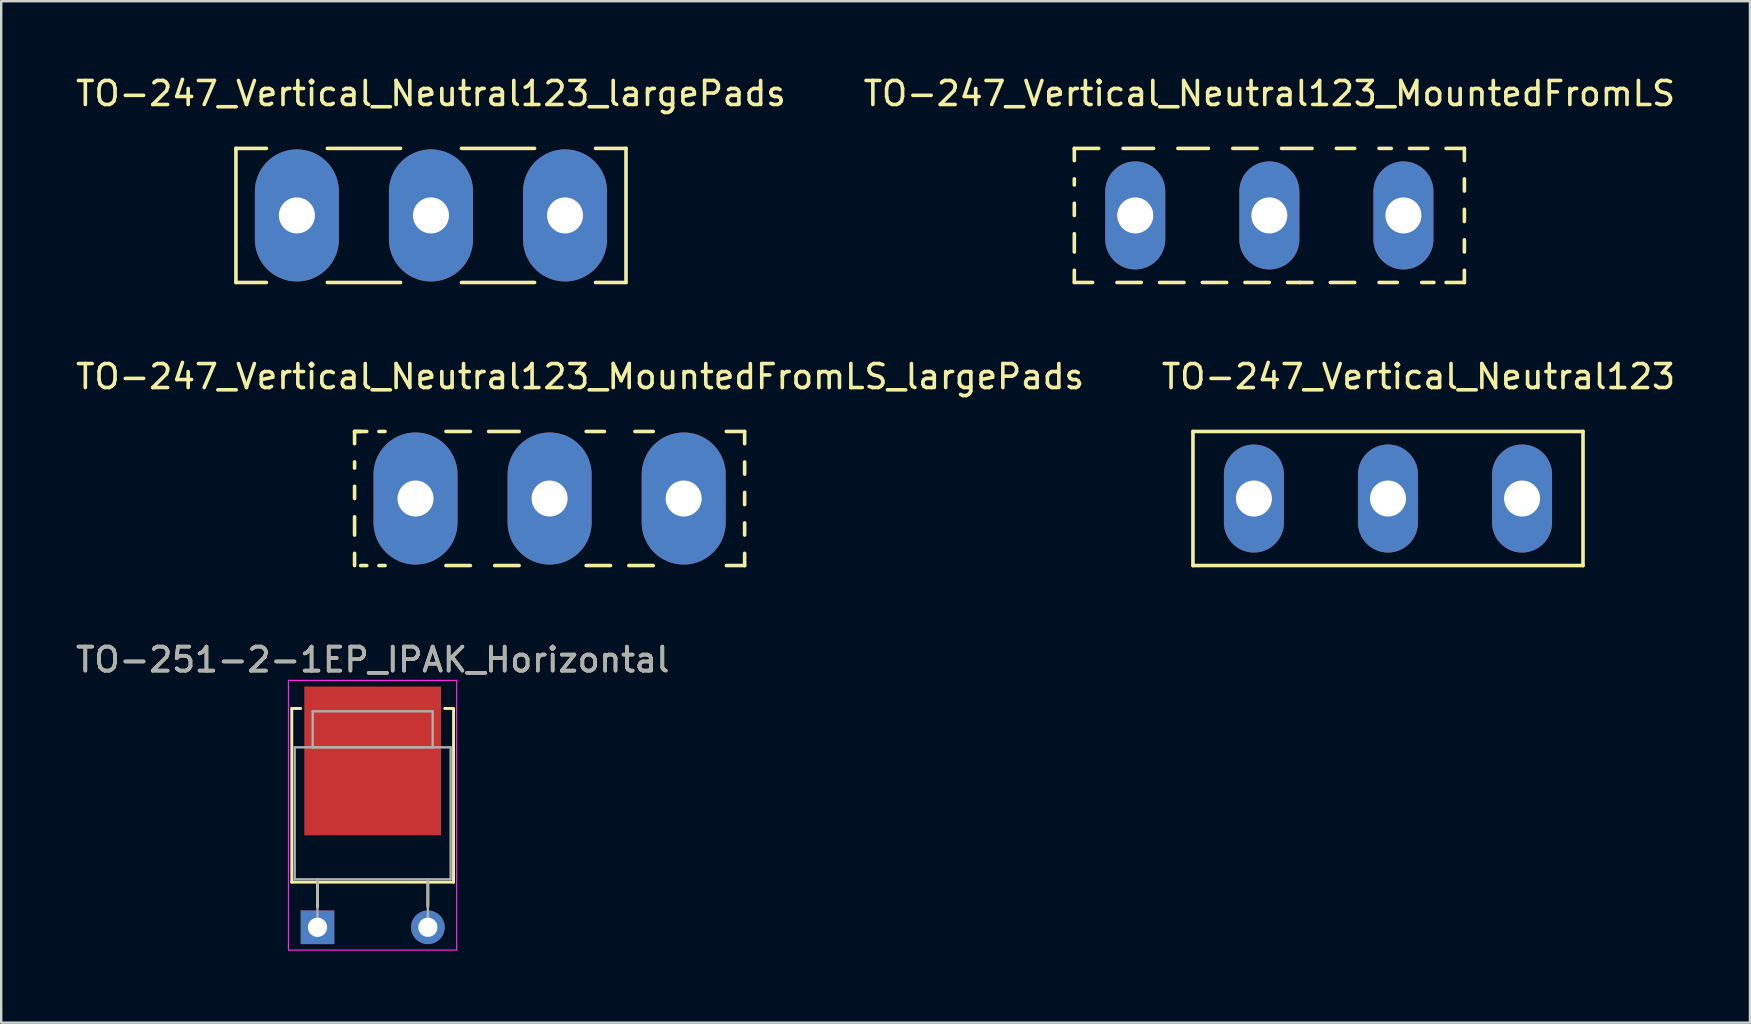
<source format=kicad_pcb>
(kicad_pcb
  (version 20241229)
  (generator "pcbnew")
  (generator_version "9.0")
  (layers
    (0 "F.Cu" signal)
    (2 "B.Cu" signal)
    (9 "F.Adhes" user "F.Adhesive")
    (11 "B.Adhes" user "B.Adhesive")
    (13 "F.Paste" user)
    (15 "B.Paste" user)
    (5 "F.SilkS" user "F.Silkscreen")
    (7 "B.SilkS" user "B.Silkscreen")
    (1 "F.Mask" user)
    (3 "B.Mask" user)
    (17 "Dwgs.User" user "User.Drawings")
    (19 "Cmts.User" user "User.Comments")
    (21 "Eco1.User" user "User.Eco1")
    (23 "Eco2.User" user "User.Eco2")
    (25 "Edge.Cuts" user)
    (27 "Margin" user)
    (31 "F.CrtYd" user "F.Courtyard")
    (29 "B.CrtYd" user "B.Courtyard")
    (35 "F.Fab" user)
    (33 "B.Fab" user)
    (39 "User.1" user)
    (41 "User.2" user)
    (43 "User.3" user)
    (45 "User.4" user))
  (footprint "TO-247_Vertical_Neutral123_largePads"
    (layer "F.Cu")
    (at 14.911 5.928)
    (property "Reference" "TO-247_Vertical_Neutral123_largePads" (at 0 -5.08 0) (layer "F.SilkS") (effects (font (size 1 1) (thickness 0.15))))
    (attr through_hole)
    (fp_line (start -8.128 -2.794) (end -8.128 2.794) (stroke (width 0.15) (type solid)) (layer "F.SilkS"))
    (fp_line (start -6.858 -2.794) (end -8.128 -2.794) (stroke (width 0.15) (type solid)) (layer "F.SilkS"))
    (fp_line (start -6.858 2.794) (end -8.128 2.794) (stroke (width 0.15) (type solid)) (layer "F.SilkS"))
    (fp_line (start -4.318 -2.794) (end -1.27 -2.794) (stroke (width 0.15) (type solid)) (layer "F.SilkS"))
    (fp_line (start -4.318 2.794) (end -1.27 2.794) (stroke (width 0.15) (type solid)) (layer "F.SilkS"))
    (fp_line (start 1.27 -2.794) (end 4.318 -2.794) (stroke (width 0.15) (type solid)) (layer "F.SilkS"))
    (fp_line (start 1.27 2.794) (end 4.318 2.794) (stroke (width 0.15) (type solid)) (layer "F.SilkS"))
    (fp_line (start 6.858 -2.794) (end 8.128 -2.794) (stroke (width 0.15) (type solid)) (layer "F.SilkS"))
    (fp_line (start 6.858 2.794) (end 8.128 2.794) (stroke (width 0.15) (type solid)) (layer "F.SilkS"))
    (fp_line (start 8.128 2.794) (end 8.128 -2.794) (stroke (width 0.15) (type solid)) (layer "F.SilkS"))
    (pad "1" thru_hole oval (at -5.588 0 90) (size 5.502 3.5) (drill 1.501) (layers "*.Cu" "*.Mask"))
    (pad "2" thru_hole oval (at 0 0 90) (size 5.502 3.5) (drill 1.501) (layers "*.Cu" "*.Mask"))
    (pad "3" thru_hole oval (at 5.588 0 90) (size 5.502 3.5) (drill 1.501) (layers "*.Cu" "*.Mask")))
  (footprint "TO-247_Vertical_Neutral123_MountedFromLS_largePads"
    (layer "F.Cu")
    (at 19.855 17.726)
    (property "Reference" "TO-247_Vertical_Neutral123_MountedFromLS_largePads" (at 1.27 -5.08 0) (layer "F.SilkS") (effects (font (size 1 1) (thickness 0.15))))
    (attr through_hole)
    (fp_line (start -8.128 -2.794) (end -8.128 -2.286) (stroke (width 0.15) (type solid)) (layer "F.SilkS"))
    (fp_line (start -8.128 -2.794) (end -7.874 -2.794) (stroke (width 0.15) (type solid)) (layer "F.SilkS"))
    (fp_line (start -8.128 -1.27) (end -8.128 -1.524) (stroke (width 0.15) (type solid)) (layer "F.SilkS"))
    (fp_line (start -8.128 0) (end -8.128 -0.508) (stroke (width 0.15) (type solid)) (layer "F.SilkS"))
    (fp_line (start -8.128 1.524) (end -8.128 0.762) (stroke (width 0.15) (type solid)) (layer "F.SilkS"))
    (fp_line (start -8.128 2.794) (end -8.128 2.286) (stroke (width 0.15) (type solid)) (layer "F.SilkS"))
    (fp_line (start -7.874 2.794) (end -7.62 2.794) (stroke (width 0.15) (type solid)) (layer "F.SilkS"))
    (fp_line (start -7.62 -2.794) (end -8.128 -2.794) (stroke (width 0.15) (type solid)) (layer "F.SilkS"))
    (fp_line (start -7.112 2.794) (end -6.858 2.794) (stroke (width 0.15) (type solid)) (layer "F.SilkS"))
    (fp_line (start -6.858 -2.794) (end -7.112 -2.794) (stroke (width 0.15) (type solid)) (layer "F.SilkS"))
    (fp_line (start -4.318 -2.794) (end -3.302 -2.794) (stroke (width 0.15) (type solid)) (layer "F.SilkS"))
    (fp_line (start -4.318 2.794) (end -3.302 2.794) (stroke (width 0.15) (type solid)) (layer "F.SilkS"))
    (fp_line (start -2.54 -2.794) (end -1.27 -2.794) (stroke (width 0.15) (type solid)) (layer "F.SilkS"))
    (fp_line (start -2.286 2.794) (end -1.27 2.794) (stroke (width 0.15) (type solid)) (layer "F.SilkS"))
    (fp_line (start 1.524 -2.794) (end 2.286 -2.794) (stroke (width 0.15) (type solid)) (layer "F.SilkS"))
    (fp_line (start 2.54 2.794) (end 1.524 2.794) (stroke (width 0.15) (type solid)) (layer "F.SilkS"))
    (fp_line (start 3.302 2.794) (end 4.318 2.794) (stroke (width 0.15) (type solid)) (layer "F.SilkS"))
    (fp_line (start 3.556 -2.794) (end 4.318 -2.794) (stroke (width 0.15) (type solid)) (layer "F.SilkS"))
    (fp_line (start 7.366 2.794) (end 8.128 2.794) (stroke (width 0.15) (type solid)) (layer "F.SilkS"))
    (fp_line (start 8.128 -2.794) (end 7.366 -2.794) (stroke (width 0.15) (type solid)) (layer "F.SilkS"))
    (fp_line (start 8.128 -2.794) (end 8.128 -2.286) (stroke (width 0.15) (type solid)) (layer "F.SilkS"))
    (fp_line (start 8.128 -1.524) (end 8.128 -1.016) (stroke (width 0.15) (type solid)) (layer "F.SilkS"))
    (fp_line (start 8.128 -0.254) (end 8.128 0.254) (stroke (width 0.15) (type solid)) (layer "F.SilkS"))
    (fp_line (start 8.128 1.016) (end 8.128 1.524) (stroke (width 0.15) (type solid)) (layer "F.SilkS"))
    (fp_line (start 8.128 2.794) (end 8.128 2.286) (stroke (width 0.15) (type solid)) (layer "F.SilkS"))
    (pad "1" thru_hole oval (at 5.588 0 90) (size 5.502 3.5) (drill 1.501) (layers "*.Cu" "*.Mask"))
    (pad "2" thru_hole oval (at 0 0 90) (size 5.502 3.5) (drill 1.501) (layers "*.Cu" "*.Mask"))
    (pad "3" thru_hole oval (at -5.588 0 90) (size 5.502 3.5) (drill 1.501) (layers "*.Cu" "*.Mask")))
  (footprint "TO-247_Vertical_Neutral123"
    (layer "F.Cu")
    (at 54.795 17.726)
    (property "Reference" "TO-247_Vertical_Neutral123" (at 1.27 -5.08 0) (layer "F.SilkS") (effects (font (size 1 1) (thickness 0.15))))
    (attr through_hole)
    (fp_line (start -8.128 -2.794) (end -8.128 2.794) (stroke (width 0.15) (type solid)) (layer "F.SilkS"))
    (fp_line (start -8.128 2.794) (end 8.128 2.794) (stroke (width 0.15) (type solid)) (layer "F.SilkS"))
    (fp_line (start 8.128 -2.794) (end -8.128 -2.794) (stroke (width 0.15) (type solid)) (layer "F.SilkS"))
    (fp_line (start 8.128 2.794) (end 8.128 -2.794) (stroke (width 0.15) (type solid)) (layer "F.SilkS"))
    (pad "1" thru_hole oval (at -5.588 0 90) (size 4.501 2.499) (drill 1.501) (layers "*.Cu" "*.Mask"))
    (pad "2" thru_hole oval (at 0 0 90) (size 4.501 2.499) (drill 1.501) (layers "*.Cu" "*.Mask"))
    (pad "3" thru_hole oval (at 5.588 0 90) (size 4.501 2.499) (drill 1.501) (layers "*.Cu" "*.Mask")))
  (footprint "TO-247_Vertical_Neutral123_MountedFromLS"
    (layer "F.Cu")
    (at 49.851 5.928)
    (property "Reference" "TO-247_Vertical_Neutral123_MountedFromLS" (at 0 -5.08 0) (layer "F.SilkS") (effects (font (size 1 1) (thickness 0.15))))
    (attr through_hole)
    (fp_line (start -8.128 -2.794) (end -8.128 -2.286) (stroke (width 0.15) (type solid)) (layer "F.SilkS"))
    (fp_line (start -8.128 -2.794) (end -7.112 -2.794) (stroke (width 0.15) (type solid)) (layer "F.SilkS"))
    (fp_line (start -8.128 -1.27) (end -8.128 -1.524) (stroke (width 0.15) (type solid)) (layer "F.SilkS"))
    (fp_line (start -8.128 0) (end -8.128 -0.508) (stroke (width 0.15) (type solid)) (layer "F.SilkS"))
    (fp_line (start -8.128 1.524) (end -8.128 0.762) (stroke (width 0.15) (type solid)) (layer "F.SilkS"))
    (fp_line (start -8.128 2.794) (end -8.128 2.286) (stroke (width 0.15) (type solid)) (layer "F.SilkS"))
    (fp_line (start -8.128 2.794) (end -7.366 2.794) (stroke (width 0.15) (type solid)) (layer "F.SilkS"))
    (fp_line (start -6.35 2.794) (end -5.334 2.794) (stroke (width 0.15) (type solid)) (layer "F.SilkS"))
    (fp_line (start -6.096 -2.794) (end -4.826 -2.794) (stroke (width 0.15) (type solid)) (layer "F.SilkS"))
    (fp_line (start -4.572 2.794) (end -3.556 2.794) (stroke (width 0.15) (type solid)) (layer "F.SilkS"))
    (fp_line (start -3.81 -2.794) (end -2.54 -2.794) (stroke (width 0.15) (type solid)) (layer "F.SilkS"))
    (fp_line (start -2.794 2.794) (end -1.778 2.794) (stroke (width 0.15) (type solid)) (layer "F.SilkS"))
    (fp_line (start -1.524 -2.794) (end -0.508 -2.794) (stroke (width 0.15) (type solid)) (layer "F.SilkS"))
    (fp_line (start -1.016 2.794) (end 0 2.794) (stroke (width 0.15) (type solid)) (layer "F.SilkS"))
    (fp_line (start 0.508 -2.794) (end 1.778 -2.794) (stroke (width 0.15) (type solid)) (layer "F.SilkS"))
    (fp_line (start 1.27 2.794) (end 0.762 2.794) (stroke (width 0.15) (type solid)) (layer "F.SilkS"))
    (fp_line (start 1.27 2.794) (end 1.778 2.794) (stroke (width 0.15) (type solid)) (layer "F.SilkS"))
    (fp_line (start 2.54 2.794) (end 3.556 2.794) (stroke (width 0.15) (type solid)) (layer "F.SilkS"))
    (fp_line (start 2.794 -2.794) (end 3.556 -2.794) (stroke (width 0.15) (type solid)) (layer "F.SilkS"))
    (fp_line (start 4.572 2.794) (end 5.334 2.794) (stroke (width 0.15) (type solid)) (layer "F.SilkS"))
    (fp_line (start 5.08 -2.794) (end 4.572 -2.794) (stroke (width 0.15) (type solid)) (layer "F.SilkS"))
    (fp_line (start 6.35 2.794) (end 6.858 2.794) (stroke (width 0.15) (type solid)) (layer "F.SilkS"))
    (fp_line (start 6.604 -2.794) (end 5.842 -2.794) (stroke (width 0.15) (type solid)) (layer "F.SilkS"))
    (fp_line (start 7.366 2.794) (end 8.128 2.794) (stroke (width 0.15) (type solid)) (layer "F.SilkS"))
    (fp_line (start 8.128 -2.794) (end 7.366 -2.794) (stroke (width 0.15) (type solid)) (layer "F.SilkS"))
    (fp_line (start 8.128 -2.794) (end 8.128 -2.286) (stroke (width 0.15) (type solid)) (layer "F.SilkS"))
    (fp_line (start 8.128 -1.524) (end 8.128 -1.016) (stroke (width 0.15) (type solid)) (layer "F.SilkS"))
    (fp_line (start 8.128 -0.254) (end 8.128 0.254) (stroke (width 0.15) (type solid)) (layer "F.SilkS"))
    (fp_line (start 8.128 1.016) (end 8.128 1.524) (stroke (width 0.15) (type solid)) (layer "F.SilkS"))
    (fp_line (start 8.128 2.794) (end 8.128 2.286) (stroke (width 0.15) (type solid)) (layer "F.SilkS"))
    (pad "1" thru_hole oval (at 5.588 0 90) (size 4.501 2.499) (drill 1.501) (layers "*.Cu" "*.Mask"))
    (pad "2" thru_hole oval (at 0 0 90) (size 4.501 2.499) (drill 1.501) (layers "*.Cu" "*.Mask"))
    (pad "3" thru_hole oval (at -5.588 0 90) (size 4.501 2.499) (drill 1.501) (layers "*.Cu" "*.Mask")))
  (footprint "TO-251-2-1EP_IPAK_Horizontal"
    (layer "F.Cu")
    (at 10.182 35.596)
    (property "Reference" "TO-251-2-1EP_IPAK_Horizontal" (at 2.3 -11.153 0) (layer "F.SilkS") (effects (font (size 1 1) (thickness 0.15))))
    (attr through_hole)
    (fp_line (start -1.071 -9.12) (end -1.071 -1.88) (stroke (width 0.12) (type solid)) (layer "F.SilkS"))
    (fp_line (start -1.071 -9.12) (end -0.701 -9.12) (stroke (width 0.12) (type solid)) (layer "F.SilkS"))
    (fp_line (start -1.071 -1.88) (end 5.67 -1.88) (stroke (width 0.12) (type solid)) (layer "F.SilkS"))
    (fp_line (start 0 -1.88) (end 0 -0.85) (stroke (width 0.12) (type solid)) (layer "F.SilkS"))
    (fp_line (start 4.6 -1.88) (end 4.6 -0.866) (stroke (width 0.12) (type solid)) (layer "F.SilkS"))
    (fp_line (start 5.301 -9.12) (end 5.67 -9.12) (stroke (width 0.12) (type solid)) (layer "F.SilkS"))
    (fp_line (start 5.67 -9.12) (end 5.67 -1.88) (stroke (width 0.12) (type solid)) (layer "F.SilkS"))
    (fp_line (start -1.21 -10.29) (end -1.21 0.95) (stroke (width 0.05) (type solid)) (layer "F.CrtYd"))
    (fp_line (start -1.21 0.95) (end 5.8 0.95) (stroke (width 0.05) (type solid)) (layer "F.CrtYd"))
    (fp_line (start 5.8 -10.29) (end -1.21 -10.29) (stroke (width 0.05) (type solid)) (layer "F.CrtYd"))
    (fp_line (start 5.8 0.95) (end 5.8 -10.29) (stroke (width 0.05) (type solid)) (layer "F.CrtYd"))
    (fp_line (start -0.95 -7.5) (end 5.55 -7.5) (stroke (width 0.1) (type solid)) (layer "F.Fab"))
    (fp_line (start -0.95 -2) (end -0.95 -7.5) (stroke (width 0.1) (type solid)) (layer "F.Fab"))
    (fp_line (start -0.2 -9) (end 4.8 -9) (stroke (width 0.1) (type solid)) (layer "F.Fab"))
    (fp_line (start -0.2 -7.5) (end -0.2 -9) (stroke (width 0.1) (type solid)) (layer "F.Fab"))
    (fp_line (start 0 -2) (end 0 0) (stroke (width 0.1) (type solid)) (layer "F.Fab"))
    (fp_line (start 4.6 -2) (end 4.6 0) (stroke (width 0.1) (type solid)) (layer "F.Fab"))
    (fp_line (start 4.8 -9) (end 4.8 -7.5) (stroke (width 0.1) (type solid)) (layer "F.Fab"))
    (fp_line (start 4.8 -7.5) (end -0.2 -7.5) (stroke (width 0.1) (type solid)) (layer "F.Fab"))
    (fp_line (start 5.55 -7.5) (end 5.55 -2) (stroke (width 0.1) (type solid)) (layer "F.Fab"))
    (fp_line (start 5.55 -2) (end -0.95 -2) (stroke (width 0.1) (type solid)) (layer "F.Fab"))
    (fp_text user "${REFERENCE}" (at 2.3 -11.153 0) (layer "F.Fab") (effects (font (size 1 1) (thickness 0.15))))
    (pad "1" thru_hole rect (at 0 0) (size 1.4 1.4) (drill 0.8) (layers "*.Cu" "*.Mask"))
    (pad "2" thru_hole oval (at 4.6 0) (size 1.4 1.4) (drill 0.8) (layers "*.Cu" "*.Mask"))
    (pad "3" smd rect (at 2.3 -6.933) (size 5.7 6.2) (layers "F.Cu" "F.Mask" "F.Paste")))
  (gr_rect
    (start -3 -3)
    (end 69.881 39.571)
    (stroke (width 0.1) (type default))
    (fill no)
    (layer "Edge.Cuts")))
</source>
